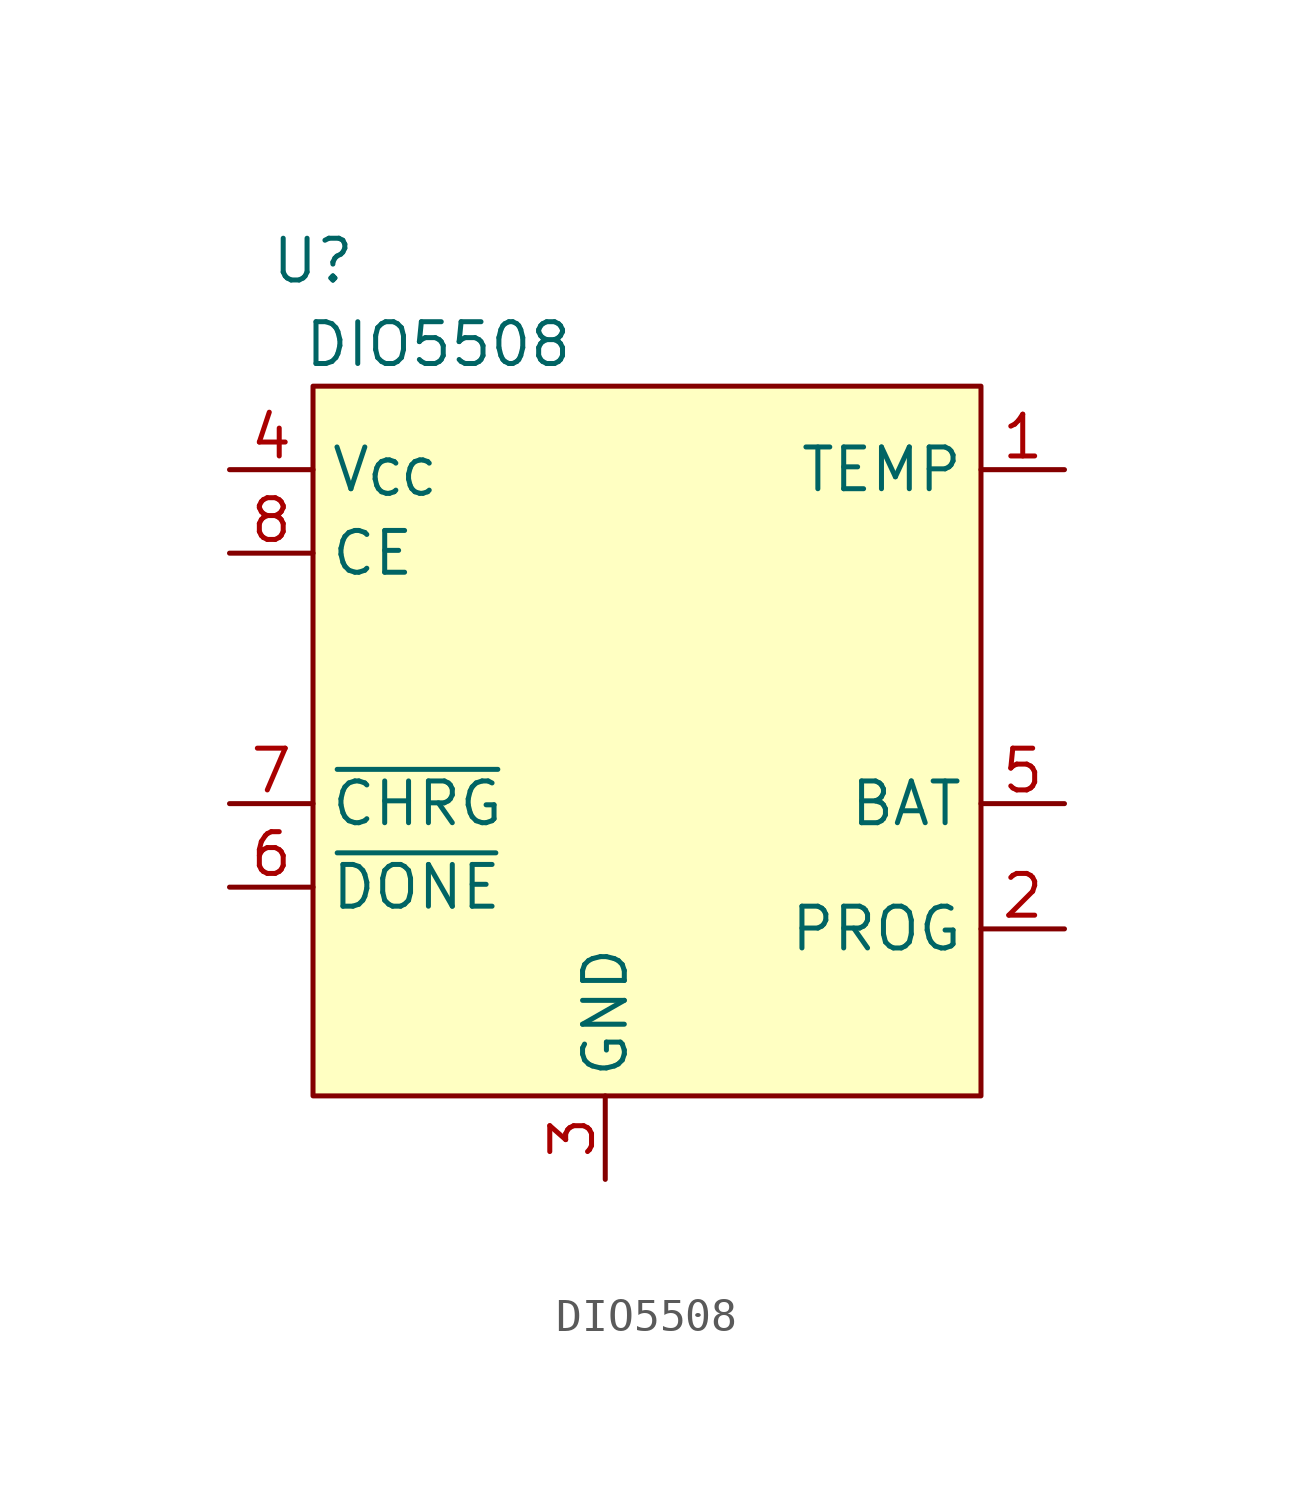
<source format=kicad_sym>
(kicad_symbol_lib
  (version 20220914)
  (generator kicad_symbol_editor)
  (symbol "DIO5508"
    (property "Reference" "U"
      (at 0 25.4 0)
      (effects (font (size 1.27 1.27))))
    (property "Value" "DIO5508"
      (at 3.81 22.86 0)
      (effects (font (size 1.27 1.27))))
    (symbol "DIO5508_0_0"
      (pin input line (at 22.86 19.05 180) (length 2.54) (name "TEMP" (effects (font (size 1.27 1.27)))) (number "1" (effects (font (size 1.27 1.27)))))
      (pin input line (at 22.86 5.08 180) (length 2.54) (name "PROG" (effects (font (size 1.27 1.27)))) (number "2" (effects (font (size 1.27 1.27)))))
      (pin power_in line (at 8.89 -2.54 90) (length 2.54) (name "GND" (effects (font (size 1.27 1.27)))) (number "3" (effects (font (size 1.27 1.27)))))
      (pin power_in line (at -2.54 19.05 0) (length 2.54) (name "V_{CC}" (effects (font (size 1.27 1.27)))) (number "4" (effects (font (size 1.27 1.27)))))
      (pin power_out line (at 22.86 8.89 180) (length 2.54) (name "BAT" (effects (font (size 1.27 1.27)))) (number "5" (effects (font (size 1.27 1.27)))))
      (pin open_collector line (at -2.54 6.35 0) (length 2.54) (name "~{DONE}" (effects (font (size 1.27 1.27)))) (number "6" (effects (font (size 1.27 1.27)))))
      (pin open_collector line (at -2.54 8.89 0) (length 2.54) (name "~{CHRG}" (effects (font (size 1.27 1.27)))) (number "7" (effects (font (size 1.27 1.27)))))
      (pin input line (at -2.54 16.51 0) (length 2.54) (name "CE" (effects (font (size 1.27 1.27)))) (number "8" (effects (font (size 1.27 1.27))))))
    (symbol "DIO5508_1_1"
      (rectangle (start 0 21.59) (end 20.32 0) (stroke (width 0) (type default)) (fill (type background))))))
</source>
